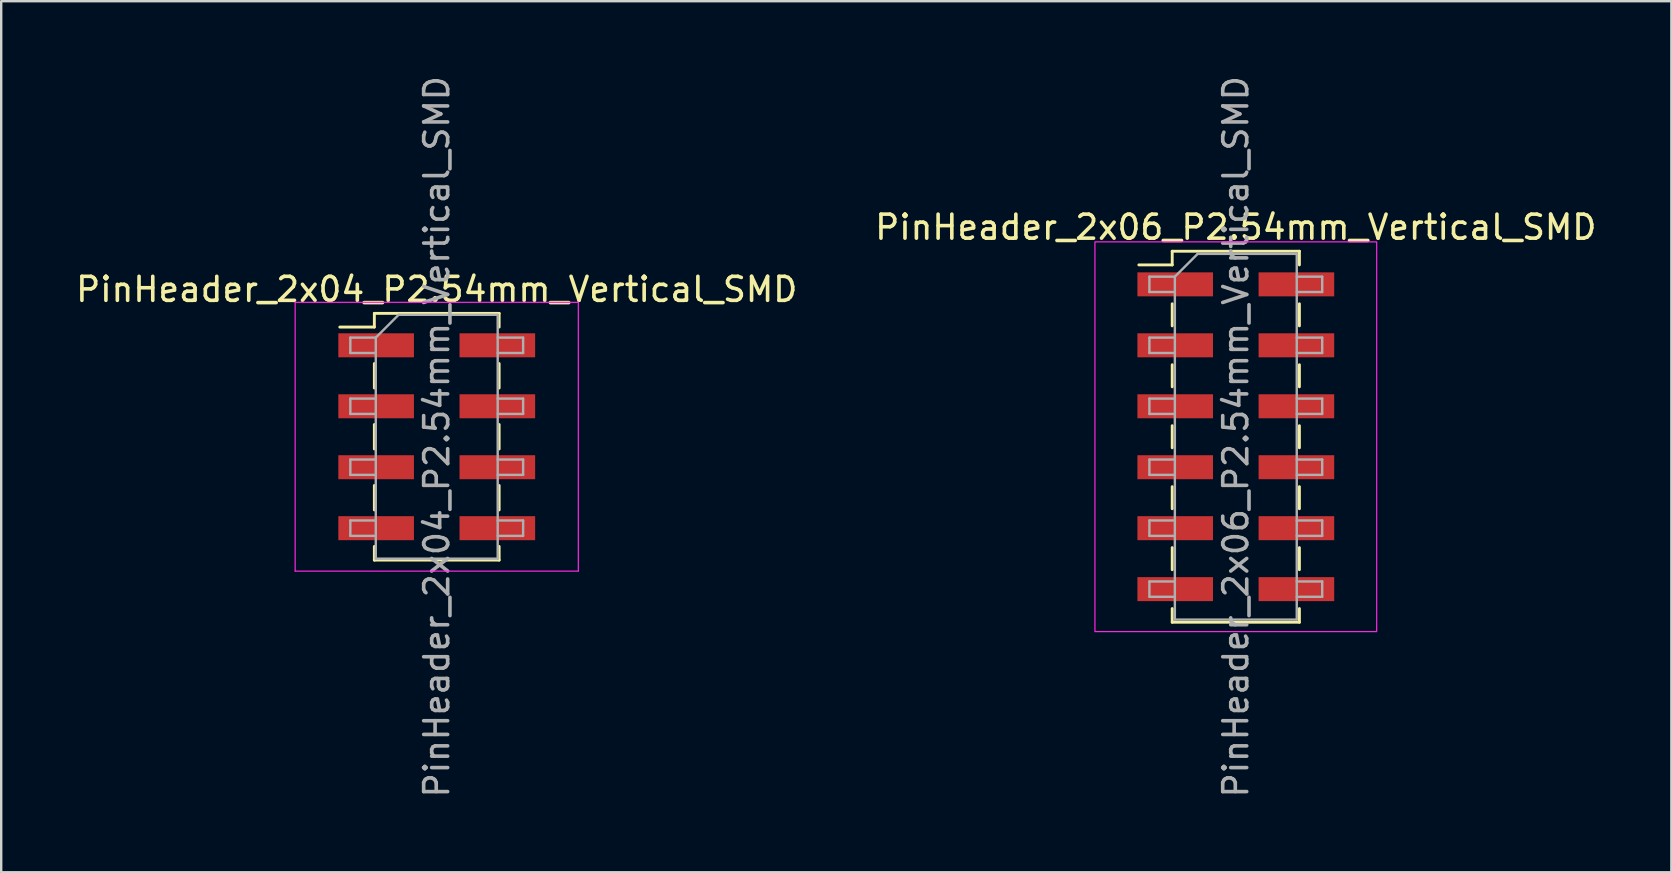
<source format=kicad_pcb>
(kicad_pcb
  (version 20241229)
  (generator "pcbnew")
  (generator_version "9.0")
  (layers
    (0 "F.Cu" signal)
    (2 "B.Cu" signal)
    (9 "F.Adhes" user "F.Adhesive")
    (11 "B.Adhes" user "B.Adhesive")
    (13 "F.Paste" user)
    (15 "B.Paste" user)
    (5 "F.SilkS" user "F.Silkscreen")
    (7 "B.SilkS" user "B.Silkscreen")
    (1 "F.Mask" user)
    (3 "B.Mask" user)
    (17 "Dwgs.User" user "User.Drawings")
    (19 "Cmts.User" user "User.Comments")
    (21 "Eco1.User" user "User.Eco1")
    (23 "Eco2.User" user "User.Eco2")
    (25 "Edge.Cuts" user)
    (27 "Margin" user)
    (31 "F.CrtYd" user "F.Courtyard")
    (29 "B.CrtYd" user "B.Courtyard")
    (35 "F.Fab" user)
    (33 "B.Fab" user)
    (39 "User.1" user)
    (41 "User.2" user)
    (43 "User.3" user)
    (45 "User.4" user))
  (footprint "PinHeader_2x06_P2.54mm_Vertical_SMD"
    (layer "F.Cu")
    (at 48.446 15.149)
    (property "Reference" "PinHeader_2x06_P2.54mm_Vertical_SMD" (at 0 -8.73 0) (layer "F.SilkS") (effects (font (size 1 1) (thickness 0.15))))
    (attr smd)
    (fp_line (start -4.04 -7.16) (end -2.65 -7.16) (stroke (width 0.12) (type solid)) (layer "F.SilkS"))
    (fp_line (start -2.65 -7.73) (end -2.65 -7.16) (stroke (width 0.12) (type solid)) (layer "F.SilkS"))
    (fp_line (start -2.65 -7.73) (end 2.65 -7.73) (stroke (width 0.12) (type solid)) (layer "F.SilkS"))
    (fp_line (start -2.65 -5.54) (end -2.65 -4.62) (stroke (width 0.12) (type solid)) (layer "F.SilkS"))
    (fp_line (start -2.65 -3) (end -2.65 -2.08) (stroke (width 0.12) (type solid)) (layer "F.SilkS"))
    (fp_line (start -2.65 -0.46) (end -2.65 0.46) (stroke (width 0.12) (type solid)) (layer "F.SilkS"))
    (fp_line (start -2.65 2.08) (end -2.65 3) (stroke (width 0.12) (type solid)) (layer "F.SilkS"))
    (fp_line (start -2.65 4.62) (end -2.65 5.54) (stroke (width 0.12) (type solid)) (layer "F.SilkS"))
    (fp_line (start -2.65 7.16) (end -2.65 7.73) (stroke (width 0.12) (type solid)) (layer "F.SilkS"))
    (fp_line (start -2.65 7.73) (end 2.65 7.73) (stroke (width 0.12) (type solid)) (layer "F.SilkS"))
    (fp_line (start 2.65 -7.73) (end 2.65 -7.16) (stroke (width 0.12) (type solid)) (layer "F.SilkS"))
    (fp_line (start 2.65 -5.54) (end 2.65 -4.62) (stroke (width 0.12) (type solid)) (layer "F.SilkS"))
    (fp_line (start 2.65 -3) (end 2.65 -2.08) (stroke (width 0.12) (type solid)) (layer "F.SilkS"))
    (fp_line (start 2.65 -0.46) (end 2.65 0.46) (stroke (width 0.12) (type solid)) (layer "F.SilkS"))
    (fp_line (start 2.65 2.08) (end 2.65 3) (stroke (width 0.12) (type solid)) (layer "F.SilkS"))
    (fp_line (start 2.65 4.62) (end 2.65 5.54) (stroke (width 0.12) (type solid)) (layer "F.SilkS"))
    (fp_line (start 2.65 7.16) (end 2.65 7.73) (stroke (width 0.12) (type solid)) (layer "F.SilkS"))
    (fp_rect (start -5.87 -8.12) (end 5.87 8.12) (stroke (width 0.05) (type solid)) (fill no) (layer "F.CrtYd"))
    (fp_line (start -3.6 -6.67) (end -3.6 -6.03) (stroke (width 0.1) (type solid)) (layer "F.Fab"))
    (fp_line (start -3.6 -6.03) (end -2.54 -6.03) (stroke (width 0.1) (type solid)) (layer "F.Fab"))
    (fp_line (start -3.6 -4.13) (end -3.6 -3.49) (stroke (width 0.1) (type solid)) (layer "F.Fab"))
    (fp_line (start -3.6 -3.49) (end -2.54 -3.49) (stroke (width 0.1) (type solid)) (layer "F.Fab"))
    (fp_line (start -3.6 -1.59) (end -3.6 -0.95) (stroke (width 0.1) (type solid)) (layer "F.Fab"))
    (fp_line (start -3.6 -0.95) (end -2.54 -0.95) (stroke (width 0.1) (type solid)) (layer "F.Fab"))
    (fp_line (start -3.6 0.95) (end -3.6 1.59) (stroke (width 0.1) (type solid)) (layer "F.Fab"))
    (fp_line (start -3.6 1.59) (end -2.54 1.59) (stroke (width 0.1) (type solid)) (layer "F.Fab"))
    (fp_line (start -3.6 3.49) (end -3.6 4.13) (stroke (width 0.1) (type solid)) (layer "F.Fab"))
    (fp_line (start -3.6 4.13) (end -2.54 4.13) (stroke (width 0.1) (type solid)) (layer "F.Fab"))
    (fp_line (start -3.6 6.03) (end -3.6 6.67) (stroke (width 0.1) (type solid)) (layer "F.Fab"))
    (fp_line (start -3.6 6.67) (end -2.54 6.67) (stroke (width 0.1) (type solid)) (layer "F.Fab"))
    (fp_line (start -2.54 -6.67) (end -3.6 -6.67) (stroke (width 0.1) (type solid)) (layer "F.Fab"))
    (fp_line (start -2.54 -6.67) (end -1.59 -7.62) (stroke (width 0.1) (type solid)) (layer "F.Fab"))
    (fp_line (start -2.54 -4.13) (end -3.6 -4.13) (stroke (width 0.1) (type solid)) (layer "F.Fab"))
    (fp_line (start -2.54 -1.59) (end -3.6 -1.59) (stroke (width 0.1) (type solid)) (layer "F.Fab"))
    (fp_line (start -2.54 0.95) (end -3.6 0.95) (stroke (width 0.1) (type solid)) (layer "F.Fab"))
    (fp_line (start -2.54 3.49) (end -3.6 3.49) (stroke (width 0.1) (type solid)) (layer "F.Fab"))
    (fp_line (start -2.54 6.03) (end -3.6 6.03) (stroke (width 0.1) (type solid)) (layer "F.Fab"))
    (fp_line (start -2.54 7.62) (end -2.54 -6.67) (stroke (width 0.1) (type solid)) (layer "F.Fab"))
    (fp_line (start -1.59 -7.62) (end 2.54 -7.62) (stroke (width 0.1) (type solid)) (layer "F.Fab"))
    (fp_line (start 2.54 -7.62) (end 2.54 7.62) (stroke (width 0.1) (type solid)) (layer "F.Fab"))
    (fp_line (start 2.54 -6.67) (end 3.6 -6.67) (stroke (width 0.1) (type solid)) (layer "F.Fab"))
    (fp_line (start 2.54 -4.13) (end 3.6 -4.13) (stroke (width 0.1) (type solid)) (layer "F.Fab"))
    (fp_line (start 2.54 -1.59) (end 3.6 -1.59) (stroke (width 0.1) (type solid)) (layer "F.Fab"))
    (fp_line (start 2.54 0.95) (end 3.6 0.95) (stroke (width 0.1) (type solid)) (layer "F.Fab"))
    (fp_line (start 2.54 3.49) (end 3.6 3.49) (stroke (width 0.1) (type solid)) (layer "F.Fab"))
    (fp_line (start 2.54 6.03) (end 3.6 6.03) (stroke (width 0.1) (type solid)) (layer "F.Fab"))
    (fp_line (start 2.54 7.62) (end -2.54 7.62) (stroke (width 0.1) (type solid)) (layer "F.Fab"))
    (fp_line (start 3.6 -6.67) (end 3.6 -6.03) (stroke (width 0.1) (type solid)) (layer "F.Fab"))
    (fp_line (start 3.6 -6.03) (end 2.54 -6.03) (stroke (width 0.1) (type solid)) (layer "F.Fab"))
    (fp_line (start 3.6 -4.13) (end 3.6 -3.49) (stroke (width 0.1) (type solid)) (layer "F.Fab"))
    (fp_line (start 3.6 -3.49) (end 2.54 -3.49) (stroke (width 0.1) (type solid)) (layer "F.Fab"))
    (fp_line (start 3.6 -1.59) (end 3.6 -0.95) (stroke (width 0.1) (type solid)) (layer "F.Fab"))
    (fp_line (start 3.6 -0.95) (end 2.54 -0.95) (stroke (width 0.1) (type solid)) (layer "F.Fab"))
    (fp_line (start 3.6 0.95) (end 3.6 1.59) (stroke (width 0.1) (type solid)) (layer "F.Fab"))
    (fp_line (start 3.6 1.59) (end 2.54 1.59) (stroke (width 0.1) (type solid)) (layer "F.Fab"))
    (fp_line (start 3.6 3.49) (end 3.6 4.13) (stroke (width 0.1) (type solid)) (layer "F.Fab"))
    (fp_line (start 3.6 4.13) (end 2.54 4.13) (stroke (width 0.1) (type solid)) (layer "F.Fab"))
    (fp_line (start 3.6 6.03) (end 3.6 6.67) (stroke (width 0.1) (type solid)) (layer "F.Fab"))
    (fp_line (start 3.6 6.67) (end 2.54 6.67) (stroke (width 0.1) (type solid)) (layer "F.Fab"))
    (fp_text user "${REFERENCE}" (at 0 0 90) (layer "F.Fab") (effects (font (size 1 1) (thickness 0.15))))
    (pad "1" smd rect (at -2.525 -6.35) (size 3.15 1) (layers "F.Cu" "F.Mask" "F.Paste"))
    (pad "2" smd rect (at 2.525 -6.35) (size 3.15 1) (layers "F.Cu" "F.Mask" "F.Paste"))
    (pad "3" smd rect (at -2.525 -3.81) (size 3.15 1) (layers "F.Cu" "F.Mask" "F.Paste"))
    (pad "4" smd rect (at 2.525 -3.81) (size 3.15 1) (layers "F.Cu" "F.Mask" "F.Paste"))
    (pad "5" smd rect (at -2.525 -1.27) (size 3.15 1) (layers "F.Cu" "F.Mask" "F.Paste"))
    (pad "6" smd rect (at 2.525 -1.27) (size 3.15 1) (layers "F.Cu" "F.Mask" "F.Paste"))
    (pad "7" smd rect (at -2.525 1.27) (size 3.15 1) (layers "F.Cu" "F.Mask" "F.Paste"))
    (pad "8" smd rect (at 2.525 1.27) (size 3.15 1) (layers "F.Cu" "F.Mask" "F.Paste"))
    (pad "9" smd rect (at -2.525 3.81) (size 3.15 1) (layers "F.Cu" "F.Mask" "F.Paste"))
    (pad "10" smd rect (at 2.525 3.81) (size 3.15 1) (layers "F.Cu" "F.Mask" "F.Paste"))
    (pad "11" smd rect (at -2.525 6.35) (size 3.15 1) (layers "F.Cu" "F.Mask" "F.Paste"))
    (pad "12" smd rect (at 2.525 6.35) (size 3.15 1) (layers "F.Cu" "F.Mask" "F.Paste")))
  (footprint "PinHeader_2x04_P2.54mm_Vertical_SMD"
    (layer "F.Cu")
    (at 15.149 15.149)
    (property "Reference" "PinHeader_2x04_P2.54mm_Vertical_SMD" (at 0 -6.14 0) (layer "F.SilkS") (effects (font (size 1 1) (thickness 0.15))))
    (attr smd)
    (fp_line (start -4.04 -4.57) (end -2.6 -4.57) (stroke (width 0.12) (type solid)) (layer "F.SilkS"))
    (fp_line (start -2.6 -5.14) (end -2.6 -4.57) (stroke (width 0.12) (type solid)) (layer "F.SilkS"))
    (fp_line (start -2.6 -5.14) (end 2.6 -5.14) (stroke (width 0.12) (type solid)) (layer "F.SilkS"))
    (fp_line (start -2.6 -3.05) (end -2.6 -2.03) (stroke (width 0.12) (type solid)) (layer "F.SilkS"))
    (fp_line (start -2.6 -0.51) (end -2.6 0.51) (stroke (width 0.12) (type solid)) (layer "F.SilkS"))
    (fp_line (start -2.6 2.03) (end -2.6 3.05) (stroke (width 0.12) (type solid)) (layer "F.SilkS"))
    (fp_line (start -2.6 4.57) (end -2.6 5.14) (stroke (width 0.12) (type solid)) (layer "F.SilkS"))
    (fp_line (start -2.6 5.14) (end 2.6 5.14) (stroke (width 0.12) (type solid)) (layer "F.SilkS"))
    (fp_line (start 2.6 -5.14) (end 2.6 -4.57) (stroke (width 0.12) (type solid)) (layer "F.SilkS"))
    (fp_line (start 2.6 -3.05) (end 2.6 -2.03) (stroke (width 0.12) (type solid)) (layer "F.SilkS"))
    (fp_line (start 2.6 -0.51) (end 2.6 0.51) (stroke (width 0.12) (type solid)) (layer "F.SilkS"))
    (fp_line (start 2.6 2.03) (end 2.6 3.05) (stroke (width 0.12) (type solid)) (layer "F.SilkS"))
    (fp_line (start 2.6 4.57) (end 2.6 5.14) (stroke (width 0.12) (type solid)) (layer "F.SilkS"))
    (fp_line (start -5.9 -5.6) (end -5.9 5.6) (stroke (width 0.05) (type solid)) (layer "F.CrtYd"))
    (fp_line (start -5.9 5.6) (end 5.9 5.6) (stroke (width 0.05) (type solid)) (layer "F.CrtYd"))
    (fp_line (start 5.9 -5.6) (end -5.9 -5.6) (stroke (width 0.05) (type solid)) (layer "F.CrtYd"))
    (fp_line (start 5.9 5.6) (end 5.9 -5.6) (stroke (width 0.05) (type solid)) (layer "F.CrtYd"))
    (fp_line (start -3.6 -4.13) (end -3.6 -3.49) (stroke (width 0.1) (type solid)) (layer "F.Fab"))
    (fp_line (start -3.6 -3.49) (end -2.54 -3.49) (stroke (width 0.1) (type solid)) (layer "F.Fab"))
    (fp_line (start -3.6 -1.59) (end -3.6 -0.95) (stroke (width 0.1) (type solid)) (layer "F.Fab"))
    (fp_line (start -3.6 -0.95) (end -2.54 -0.95) (stroke (width 0.1) (type solid)) (layer "F.Fab"))
    (fp_line (start -3.6 0.95) (end -3.6 1.59) (stroke (width 0.1) (type solid)) (layer "F.Fab"))
    (fp_line (start -3.6 1.59) (end -2.54 1.59) (stroke (width 0.1) (type solid)) (layer "F.Fab"))
    (fp_line (start -3.6 3.49) (end -3.6 4.13) (stroke (width 0.1) (type solid)) (layer "F.Fab"))
    (fp_line (start -3.6 4.13) (end -2.54 4.13) (stroke (width 0.1) (type solid)) (layer "F.Fab"))
    (fp_line (start -2.54 -4.13) (end -3.6 -4.13) (stroke (width 0.1) (type solid)) (layer "F.Fab"))
    (fp_line (start -2.54 -4.13) (end -1.59 -5.08) (stroke (width 0.1) (type solid)) (layer "F.Fab"))
    (fp_line (start -2.54 -1.59) (end -3.6 -1.59) (stroke (width 0.1) (type solid)) (layer "F.Fab"))
    (fp_line (start -2.54 0.95) (end -3.6 0.95) (stroke (width 0.1) (type solid)) (layer "F.Fab"))
    (fp_line (start -2.54 3.49) (end -3.6 3.49) (stroke (width 0.1) (type solid)) (layer "F.Fab"))
    (fp_line (start -2.54 5.08) (end -2.54 -4.13) (stroke (width 0.1) (type solid)) (layer "F.Fab"))
    (fp_line (start -1.59 -5.08) (end 2.54 -5.08) (stroke (width 0.1) (type solid)) (layer "F.Fab"))
    (fp_line (start 2.54 -5.08) (end 2.54 5.08) (stroke (width 0.1) (type solid)) (layer "F.Fab"))
    (fp_line (start 2.54 -4.13) (end 3.6 -4.13) (stroke (width 0.1) (type solid)) (layer "F.Fab"))
    (fp_line (start 2.54 -1.59) (end 3.6 -1.59) (stroke (width 0.1) (type solid)) (layer "F.Fab"))
    (fp_line (start 2.54 0.95) (end 3.6 0.95) (stroke (width 0.1) (type solid)) (layer "F.Fab"))
    (fp_line (start 2.54 3.49) (end 3.6 3.49) (stroke (width 0.1) (type solid)) (layer "F.Fab"))
    (fp_line (start 2.54 5.08) (end -2.54 5.08) (stroke (width 0.1) (type solid)) (layer "F.Fab"))
    (fp_line (start 3.6 -4.13) (end 3.6 -3.49) (stroke (width 0.1) (type solid)) (layer "F.Fab"))
    (fp_line (start 3.6 -3.49) (end 2.54 -3.49) (stroke (width 0.1) (type solid)) (layer "F.Fab"))
    (fp_line (start 3.6 -1.59) (end 3.6 -0.95) (stroke (width 0.1) (type solid)) (layer "F.Fab"))
    (fp_line (start 3.6 -0.95) (end 2.54 -0.95) (stroke (width 0.1) (type solid)) (layer "F.Fab"))
    (fp_line (start 3.6 0.95) (end 3.6 1.59) (stroke (width 0.1) (type solid)) (layer "F.Fab"))
    (fp_line (start 3.6 1.59) (end 2.54 1.59) (stroke (width 0.1) (type solid)) (layer "F.Fab"))
    (fp_line (start 3.6 3.49) (end 3.6 4.13) (stroke (width 0.1) (type solid)) (layer "F.Fab"))
    (fp_line (start 3.6 4.13) (end 2.54 4.13) (stroke (width 0.1) (type solid)) (layer "F.Fab"))
    (fp_text user "${REFERENCE}" (at 0 0 90) (layer "F.Fab") (effects (font (size 1 1) (thickness 0.15))))
    (pad "1" smd rect (at -2.525 -3.81) (size 3.15 1) (layers "F.Cu" "F.Mask" "F.Paste"))
    (pad "2" smd rect (at 2.525 -3.81) (size 3.15 1) (layers "F.Cu" "F.Mask" "F.Paste"))
    (pad "3" smd rect (at -2.525 -1.27) (size 3.15 1) (layers "F.Cu" "F.Mask" "F.Paste"))
    (pad "4" smd rect (at 2.525 -1.27) (size 3.15 1) (layers "F.Cu" "F.Mask" "F.Paste"))
    (pad "5" smd rect (at -2.525 1.27) (size 3.15 1) (layers "F.Cu" "F.Mask" "F.Paste"))
    (pad "6" smd rect (at 2.525 1.27) (size 3.15 1) (layers "F.Cu" "F.Mask" "F.Paste"))
    (pad "7" smd rect (at -2.525 3.81) (size 3.15 1) (layers "F.Cu" "F.Mask" "F.Paste"))
    (pad "8" smd rect (at 2.525 3.81) (size 3.15 1) (layers "F.Cu" "F.Mask" "F.Paste")))
  (gr_rect
    (start -3 -3)
    (end 66.595 33.298)
    (stroke (width 0.1) (type default))
    (fill no)
    (layer "Edge.Cuts")))
</source>
